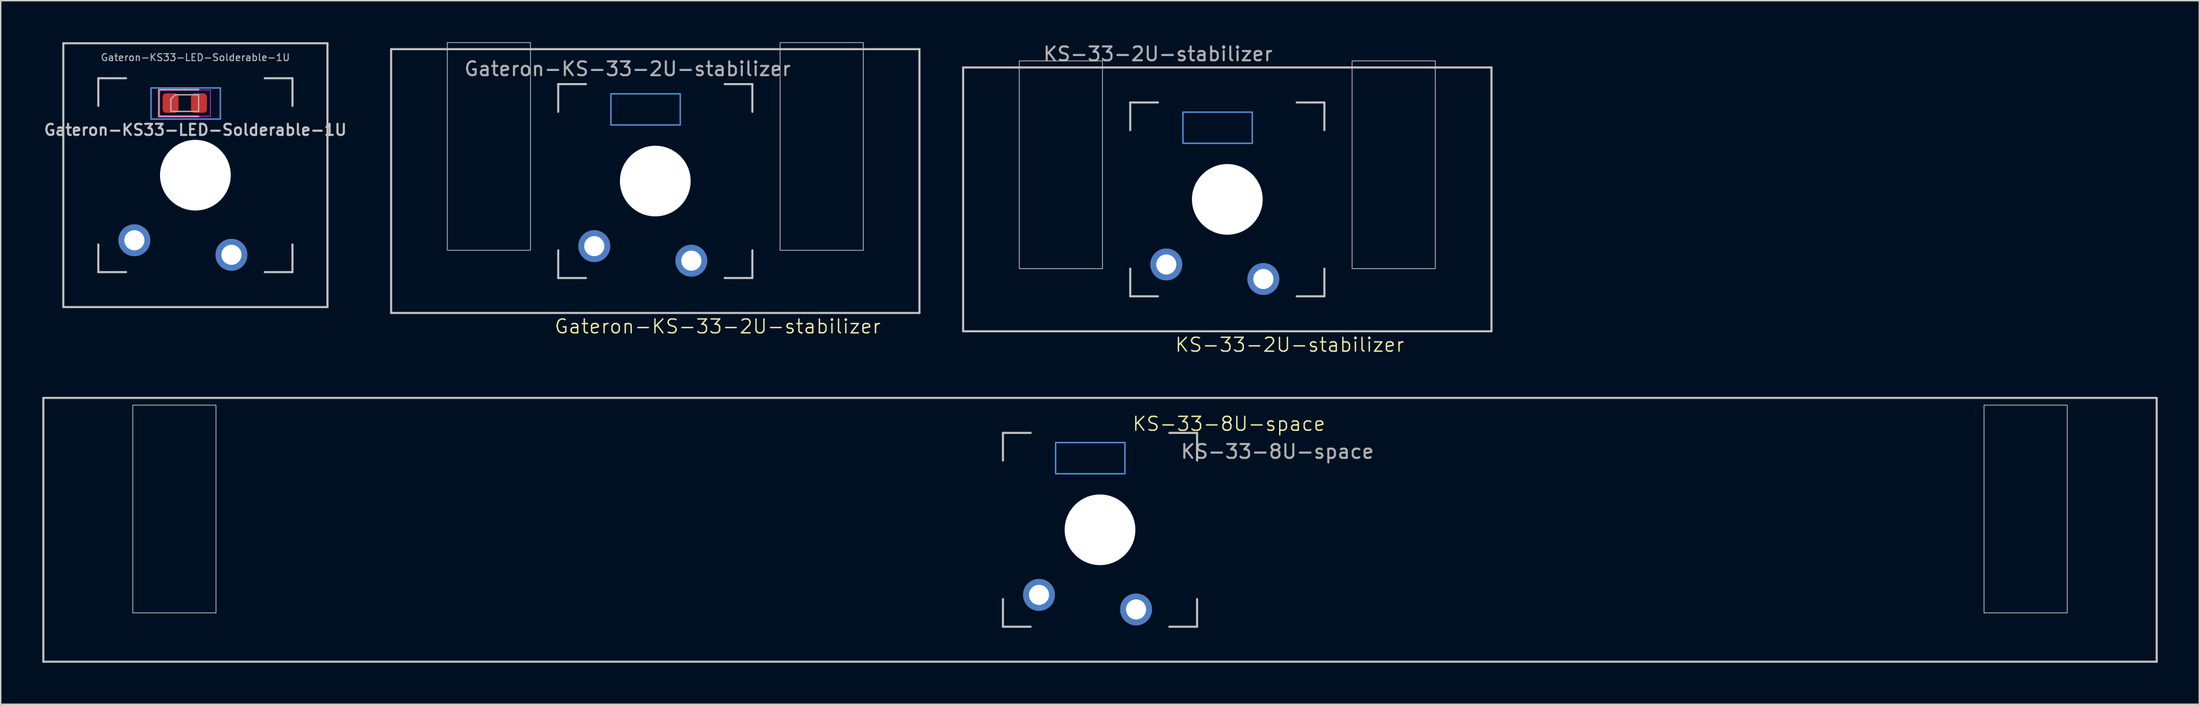
<source format=kicad_pcb>
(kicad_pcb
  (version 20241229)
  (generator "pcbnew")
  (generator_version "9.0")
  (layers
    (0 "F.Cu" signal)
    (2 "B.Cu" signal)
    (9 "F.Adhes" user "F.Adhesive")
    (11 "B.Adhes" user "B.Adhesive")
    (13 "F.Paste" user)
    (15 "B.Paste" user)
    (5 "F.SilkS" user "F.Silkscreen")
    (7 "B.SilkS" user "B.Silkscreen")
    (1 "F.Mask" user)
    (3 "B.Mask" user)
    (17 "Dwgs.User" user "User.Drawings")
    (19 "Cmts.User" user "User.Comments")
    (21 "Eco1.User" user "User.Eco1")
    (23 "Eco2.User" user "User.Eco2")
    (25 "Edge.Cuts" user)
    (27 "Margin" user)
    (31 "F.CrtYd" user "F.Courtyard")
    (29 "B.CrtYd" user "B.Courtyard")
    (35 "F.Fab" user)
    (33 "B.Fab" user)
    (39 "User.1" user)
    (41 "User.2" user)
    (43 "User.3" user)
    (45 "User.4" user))
  (footprint "Gateron-KS33-LED-Solderable-1U"
    (layer "F.Cu")
    (at 11.04 9.6)
    (property "Reference" "Gateron-KS33-LED-Solderable-1U" (at 0 -3.271 0) (layer "Dwgs.User") (effects (font (size 0.8 0.8) (thickness 0.15))))
    (attr through_hole)
    (fp_line (start -2.626 -6.166) (end -2.626 -4.246) (stroke (width 0.12) (type solid)) (layer "F.SilkS"))
    (fp_line (start -2.626 -4.246) (end 0.234 -4.246) (stroke (width 0.12) (type solid)) (layer "F.SilkS"))
    (fp_line (start 0.234 -6.166) (end -2.626 -6.166) (stroke (width 0.12) (type solid)) (layer "F.SilkS"))
    (fp_line (start -9.525 9.525) (end -9.525 -9.525) (stroke (width 0.15) (type solid)) (layer "Dwgs.User"))
    (fp_line (start -7 -7) (end -7 -5) (stroke (width 0.15) (type solid)) (layer "Dwgs.User"))
    (fp_line (start -7 5) (end -7 7) (stroke (width 0.15) (type solid)) (layer "Dwgs.User"))
    (fp_line (start -7 7) (end -5 7) (stroke (width 0.15) (type solid)) (layer "Dwgs.User"))
    (fp_line (start -5 -7) (end -7 -7) (stroke (width 0.15) (type solid)) (layer "Dwgs.User"))
    (fp_line (start 5 -7) (end 7 -7) (stroke (width 0.15) (type solid)) (layer "Dwgs.User"))
    (fp_line (start 5 7) (end 7 7) (stroke (width 0.15) (type solid)) (layer "Dwgs.User"))
    (fp_line (start 7 -7) (end 7 -5) (stroke (width 0.15) (type solid)) (layer "Dwgs.User"))
    (fp_line (start 7 7) (end 7 5) (stroke (width 0.15) (type solid)) (layer "Dwgs.User"))
    (fp_line (start 9.525 -9.525) (end -9.525 -9.525) (stroke (width 0.15) (type solid)) (layer "Dwgs.User"))
    (fp_line (start 9.525 9.525) (end -9.525 9.525) (stroke (width 0.15) (type solid)) (layer "Dwgs.User"))
    (fp_line (start 9.525 9.525) (end 9.525 -9.525) (stroke (width 0.15) (type solid)) (layer "Dwgs.User"))
    (fp_rect (start -3.2 -6.3) (end 1.8 -4.05) (stroke (width 0.1) (type default)) (fill no) (layer "Cmts.User"))
    (fp_line (start -2.616 -6.156) (end 1.084 -6.156) (stroke (width 0.05) (type solid)) (layer "F.CrtYd"))
    (fp_line (start -2.616 -4.256) (end -2.616 -6.156) (stroke (width 0.05) (type solid)) (layer "F.CrtYd"))
    (fp_line (start 1.084 -6.156) (end 1.084 -4.256) (stroke (width 0.05) (type solid)) (layer "F.CrtYd"))
    (fp_line (start 1.084 -4.256) (end -2.616 -4.256) (stroke (width 0.05) (type solid)) (layer "F.CrtYd"))
    (fp_line (start -1.766 -5.506) (end -1.766 -4.606) (stroke (width 0.1) (type solid)) (layer "F.Fab"))
    (fp_line (start -1.766 -4.606) (end 0.234 -4.606) (stroke (width 0.1) (type solid)) (layer "F.Fab"))
    (fp_line (start -1.466 -5.806) (end -1.766 -5.506) (stroke (width 0.1) (type solid)) (layer "F.Fab"))
    (fp_line (start 0.234 -5.806) (end -1.466 -5.806) (stroke (width 0.1) (type solid)) (layer "F.Fab"))
    (fp_line (start 0.234 -4.606) (end 0.234 -5.806) (stroke (width 0.1) (type solid)) (layer "F.Fab"))
    (fp_text user "${REFERENCE}" (at 0 -8.5 0) (layer "F.Fab") (effects (font (size 0.5 0.5) (thickness 0.08))))
    (pad "" np_thru_hole circle (at 0 0 180) (size 5.1 5.1) (drill 5.1) (layers "*.Cu" "*.Mask"))
    (pad "1" thru_hole circle (at -4.4 4.7 180) (size 2.3 2.3) (drill 1.45) (layers "*.Cu" "B.Mask"))
    (pad "2" thru_hole circle (at 2.6 5.75 180) (size 2.3 2.3) (drill 1.45) (layers "*.Cu" "B.Mask"))
    (pad "LED" smd roundrect (at -1.791 -5.206) (size 1.15 1.4) (layers "F.Cu" "F.Mask" "F.Paste") (roundrect_rratio 0.217))
    (pad "LEDGND" smd roundrect (at 0.259 -5.206) (size 1.15 1.4) (layers "F.Cu" "F.Mask" "F.Paste") (roundrect_rratio 0.217)))
  (footprint "KS-33-2U-stabilizer"
    (layer "F.Cu")
    (at 85.455 11.348)
    (property "Reference" "KS-33-2U-stabilizer" (at 4.5 10.5 0) (unlocked yes) (layer "F.SilkS") (effects (font (size 1 1) (thickness 0.1))))
    (attr smd)
    (fp_line (start -19.05 9.525) (end -19.05 -9.525) (stroke (width 0.15) (type solid)) (layer "Dwgs.User"))
    (fp_line (start -7 -7) (end -7 -5) (stroke (width 0.15) (type solid)) (layer "Dwgs.User"))
    (fp_line (start -7 5) (end -7 7) (stroke (width 0.15) (type solid)) (layer "Dwgs.User"))
    (fp_line (start -7 7) (end -5 7) (stroke (width 0.15) (type solid)) (layer "Dwgs.User"))
    (fp_line (start -5 -7) (end -7 -7) (stroke (width 0.15) (type solid)) (layer "Dwgs.User"))
    (fp_line (start 5 -7) (end 7 -7) (stroke (width 0.15) (type solid)) (layer "Dwgs.User"))
    (fp_line (start 5 7) (end 7 7) (stroke (width 0.15) (type solid)) (layer "Dwgs.User"))
    (fp_line (start 7 -7) (end 7 -5) (stroke (width 0.15) (type solid)) (layer "Dwgs.User"))
    (fp_line (start 7 7) (end 7 5) (stroke (width 0.15) (type solid)) (layer "Dwgs.User"))
    (fp_line (start 19.05 -9.525) (end -19.05 -9.525) (stroke (width 0.15) (type solid)) (layer "Dwgs.User"))
    (fp_line (start 19.05 9.525) (end -19.05 9.525) (stroke (width 0.15) (type solid)) (layer "Dwgs.User"))
    (fp_line (start 19.05 9.525) (end 19.05 -9.525) (stroke (width 0.15) (type solid)) (layer "Dwgs.User"))
    (fp_rect (start -3.2 -6.3) (end 1.8 -4.05) (stroke (width 0.1) (type default)) (fill no) (layer "Cmts.User"))
    (fp_rect (start -15 -10) (end -9 5) (stroke (width 0.05) (type default)) (fill no) (layer "Edge.Cuts"))
    (fp_rect (start 9 -10) (end 15 5) (stroke (width 0.05) (type default)) (fill no) (layer "Edge.Cuts"))
    (fp_text user "${REFERENCE}" (at -5 -10.5 0) (unlocked yes) (layer "F.Fab") (effects (font (size 1 1) (thickness 0.15))))
    (pad "" np_thru_hole circle (at 0 0 180) (size 5.1 5.1) (drill 5.1) (layers "*.Cu" "*.Mask"))
    (pad "1" thru_hole circle (at -4.4 4.7 180) (size 2.3 2.3) (drill 1.45) (layers "*.Cu" "B.Mask"))
    (pad "2" thru_hole circle (at 2.6 5.75 180) (size 2.3 2.3) (drill 1.45) (layers "*.Cu" "B.Mask")))
  (footprint "KS-33-8U-space"
    (layer "F.Cu")
    (at 76.275 35.209)
    (property "Reference" "KS-33-8U-space" (at 9.296 -7.65 0) (unlocked yes) (layer "F.SilkS") (effects (font (size 1 1) (thickness 0.1))))
    (attr smd)
    (fp_line (start -76.2 -9.525) (end -76.2 9.525) (stroke (width 0.15) (type solid)) (layer "Dwgs.User"))
    (fp_line (start -76.2 -9.525) (end 76.2 -9.525) (stroke (width 0.15) (type solid)) (layer "Dwgs.User"))
    (fp_line (start -76.2 9.525) (end 76.2 9.525) (stroke (width 0.15) (type solid)) (layer "Dwgs.User"))
    (fp_line (start -7 -7) (end -7 -5) (stroke (width 0.15) (type solid)) (layer "Dwgs.User"))
    (fp_line (start -7 5) (end -7 7) (stroke (width 0.15) (type solid)) (layer "Dwgs.User"))
    (fp_line (start -7 7) (end -5 7) (stroke (width 0.15) (type solid)) (layer "Dwgs.User"))
    (fp_line (start -5 -7) (end -7 -7) (stroke (width 0.15) (type solid)) (layer "Dwgs.User"))
    (fp_line (start 5 -7) (end 7 -7) (stroke (width 0.15) (type solid)) (layer "Dwgs.User"))
    (fp_line (start 5 7) (end 7 7) (stroke (width 0.15) (type solid)) (layer "Dwgs.User"))
    (fp_line (start 7 -7) (end 7 -5) (stroke (width 0.15) (type solid)) (layer "Dwgs.User"))
    (fp_line (start 7 7) (end 7 5) (stroke (width 0.15) (type solid)) (layer "Dwgs.User"))
    (fp_line (start 76.2 -9.525) (end 76.2 9.525) (stroke (width 0.15) (type solid)) (layer "Dwgs.User"))
    (fp_rect (start -3.2 -6.3) (end 1.8 -4.05) (stroke (width 0.1) (type default)) (fill no) (layer "Cmts.User"))
    (fp_rect (start -69.75 -9) (end -63.75 6) (stroke (width 0.05) (type default)) (fill no) (layer "Edge.Cuts"))
    (fp_rect (start 63.75 -9) (end 69.75 6) (stroke (width 0.05) (type default)) (fill no) (layer "Edge.Cuts"))
    (fp_text user "${REFERENCE}" (at 12.796 -5.65 0) (unlocked yes) (layer "F.Fab") (effects (font (size 1 1) (thickness 0.15))))
    (pad "" np_thru_hole circle (at 0 0 180) (size 5.1 5.1) (drill 5.1) (layers "*.Cu" "*.Mask"))
    (pad "1" thru_hole circle (at -4.4 4.7 180) (size 2.3 2.3) (drill 1.45) (layers "*.Cu" "B.Mask"))
    (pad "2" thru_hole circle (at 2.6 5.75 180) (size 2.3 2.3) (drill 1.45) (layers "*.Cu" "B.Mask")))
  (footprint "Gateron-KS-33-2U-stabilizer"
    (layer "F.Cu")
    (at 44.205 10.025)
    (property "Reference" "Gateron-KS-33-2U-stabilizer" (at 4.5 10.5 0) (unlocked yes) (layer "F.SilkS") (effects (font (size 1 1) (thickness 0.1))))
    (attr smd)
    (fp_line (start -19.05 9.525) (end -19.05 -9.525) (stroke (width 0.15) (type solid)) (layer "Dwgs.User"))
    (fp_line (start -7 -7) (end -7 -5) (stroke (width 0.15) (type solid)) (layer "Dwgs.User"))
    (fp_line (start -7 5) (end -7 7) (stroke (width 0.15) (type solid)) (layer "Dwgs.User"))
    (fp_line (start -7 7) (end -5 7) (stroke (width 0.15) (type solid)) (layer "Dwgs.User"))
    (fp_line (start -5 -7) (end -7 -7) (stroke (width 0.15) (type solid)) (layer "Dwgs.User"))
    (fp_line (start 5 -7) (end 7 -7) (stroke (width 0.15) (type solid)) (layer "Dwgs.User"))
    (fp_line (start 5 7) (end 7 7) (stroke (width 0.15) (type solid)) (layer "Dwgs.User"))
    (fp_line (start 7 -7) (end 7 -5) (stroke (width 0.15) (type solid)) (layer "Dwgs.User"))
    (fp_line (start 7 7) (end 7 5) (stroke (width 0.15) (type solid)) (layer "Dwgs.User"))
    (fp_line (start 19.05 -9.525) (end -19.05 -9.525) (stroke (width 0.15) (type solid)) (layer "Dwgs.User"))
    (fp_line (start 19.05 9.525) (end -19.05 9.525) (stroke (width 0.15) (type solid)) (layer "Dwgs.User"))
    (fp_line (start 19.05 9.525) (end 19.05 -9.525) (stroke (width 0.15) (type solid)) (layer "Dwgs.User"))
    (fp_rect (start -3.2 -6.3) (end 1.8 -4.05) (stroke (width 0.1) (type default)) (fill no) (layer "Cmts.User"))
    (fp_rect (start -15 -10) (end -9 5) (stroke (width 0.05) (type default)) (fill no) (layer "Edge.Cuts"))
    (fp_rect (start 9 -10) (end 15 5) (stroke (width 0.05) (type default)) (fill no) (layer "Edge.Cuts"))
    (fp_text user "${REFERENCE}" (at -2 -8.1 0) (unlocked yes) (layer "F.Fab") (effects (font (size 1 1) (thickness 0.15))))
    (pad "" np_thru_hole circle (at 0 0 180) (size 5.1 5.1) (drill 5.1) (layers "*.Cu" "*.Mask"))
    (pad "1" thru_hole circle (at -4.4 4.7 180) (size 2.3 2.3) (drill 1.45) (layers "*.Cu" "B.Mask"))
    (pad "2" thru_hole circle (at 2.6 5.75 180) (size 2.3 2.3) (drill 1.45) (layers "*.Cu" "B.Mask")))
  (gr_rect
    (start -3 -3)
    (end 155.55 47.809)
    (stroke (width 0.1) (type default))
    (fill no)
    (layer "Edge.Cuts")))
</source>
